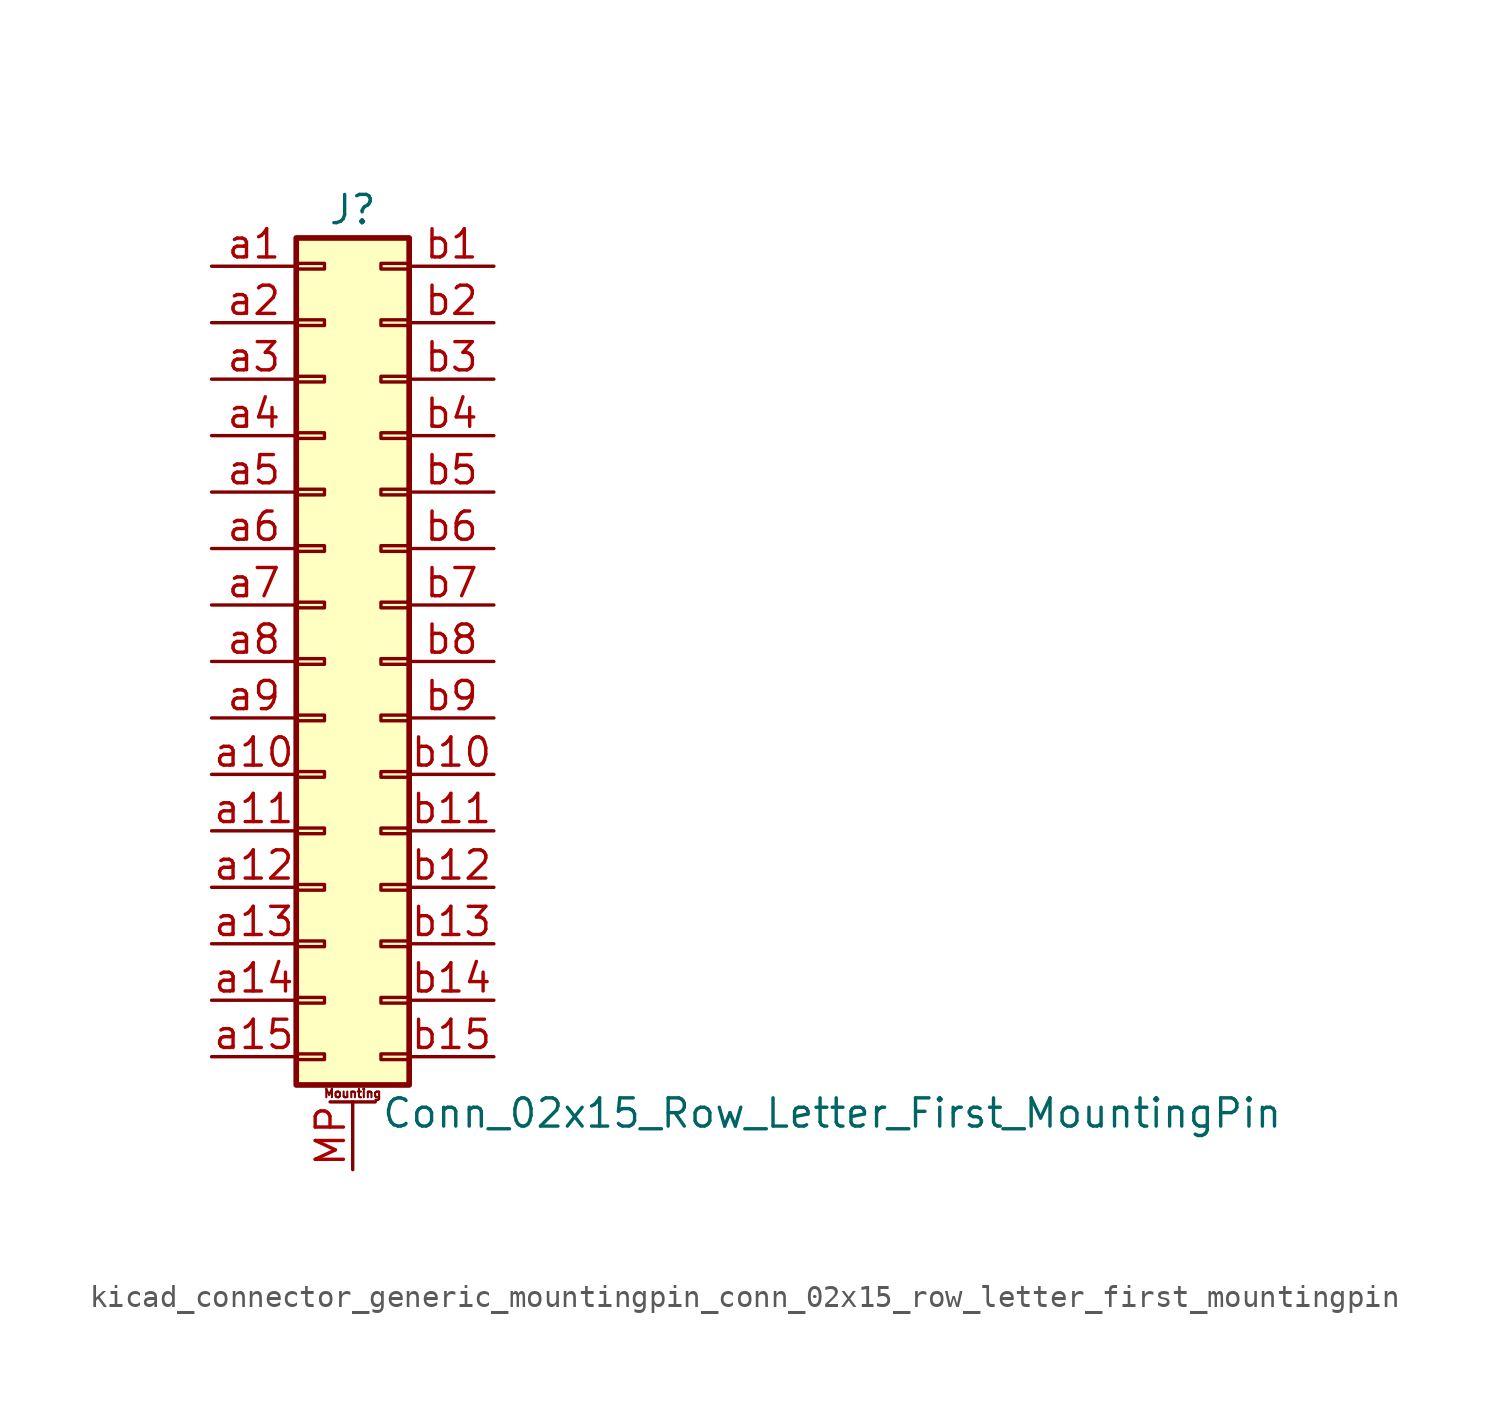
<source format=kicad_sym>
(kicad_symbol_lib
  (version 20220914)
  (generator kicad_symbol_editor)
  (symbol "kicad_connector_generic_mountingpin_conn_02x15_row_letter_first_mountingpin"
    (pin_names
      (offset 1.016) hide)
    (property "Reference" "J"
      (at 1.27 20.32 0)
      (effects (font (size 1.27 1.27))))
    (property "Value" "Conn_02x15_Row_Letter_First_MountingPin"
      (at 2.54 -20.32 0)
      (effects (font (size 1.27 1.27)) (justify left)))
    (symbol "kicad_connector_generic_mountingpin_conn_02x15_row_letter_first_mountingpin_1_1"
      (rectangle (start -1.27 -17.653) (end 0 -17.907) (stroke (width 0.152) (type default)) (fill (type none)))
      (rectangle (start -1.27 -15.113) (end 0 -15.367) (stroke (width 0.152) (type default)) (fill (type none)))
      (rectangle (start -1.27 -12.573) (end 0 -12.827) (stroke (width 0.152) (type default)) (fill (type none)))
      (rectangle (start -1.27 -10.033) (end 0 -10.287) (stroke (width 0.152) (type default)) (fill (type none)))
      (rectangle (start -1.27 -7.493) (end 0 -7.747) (stroke (width 0.152) (type default)) (fill (type none)))
      (rectangle (start -1.27 -4.953) (end 0 -5.207) (stroke (width 0.152) (type default)) (fill (type none)))
      (rectangle (start -1.27 -2.413) (end 0 -2.667) (stroke (width 0.152) (type default)) (fill (type none)))
      (rectangle (start -1.27 0.127) (end 0 -0.127) (stroke (width 0.152) (type default)) (fill (type none)))
      (rectangle (start -1.27 2.667) (end 0 2.413) (stroke (width 0.152) (type default)) (fill (type none)))
      (rectangle (start -1.27 5.207) (end 0 4.953) (stroke (width 0.152) (type default)) (fill (type none)))
      (rectangle (start -1.27 7.747) (end 0 7.493) (stroke (width 0.152) (type default)) (fill (type none)))
      (rectangle (start -1.27 10.287) (end 0 10.033) (stroke (width 0.152) (type default)) (fill (type none)))
      (rectangle (start -1.27 12.827) (end 0 12.573) (stroke (width 0.152) (type default)) (fill (type none)))
      (rectangle (start -1.27 15.367) (end 0 15.113) (stroke (width 0.152) (type default)) (fill (type none)))
      (rectangle (start -1.27 17.907) (end 0 17.653) (stroke (width 0.152) (type default)) (fill (type none)))
      (rectangle (start -1.27 19.05) (end 3.81 -19.05) (stroke (width 0.254) (type default)) (fill (type background)))
      (polyline (pts (xy 0.254 -19.812) (xy 2.286 -19.812)) (stroke (width 0.152) (type default)) (fill (type none)))
      (rectangle (start 3.81 -17.653) (end 2.54 -17.907) (stroke (width 0.152) (type default)) (fill (type none)))
      (rectangle (start 3.81 -15.113) (end 2.54 -15.367) (stroke (width 0.152) (type default)) (fill (type none)))
      (rectangle (start 3.81 -12.573) (end 2.54 -12.827) (stroke (width 0.152) (type default)) (fill (type none)))
      (rectangle (start 3.81 -10.033) (end 2.54 -10.287) (stroke (width 0.152) (type default)) (fill (type none)))
      (rectangle (start 3.81 -7.493) (end 2.54 -7.747) (stroke (width 0.152) (type default)) (fill (type none)))
      (rectangle (start 3.81 -4.953) (end 2.54 -5.207) (stroke (width 0.152) (type default)) (fill (type none)))
      (rectangle (start 3.81 -2.413) (end 2.54 -2.667) (stroke (width 0.152) (type default)) (fill (type none)))
      (rectangle (start 3.81 0.127) (end 2.54 -0.127) (stroke (width 0.152) (type default)) (fill (type none)))
      (rectangle (start 3.81 2.667) (end 2.54 2.413) (stroke (width 0.152) (type default)) (fill (type none)))
      (rectangle (start 3.81 5.207) (end 2.54 4.953) (stroke (width 0.152) (type default)) (fill (type none)))
      (rectangle (start 3.81 7.747) (end 2.54 7.493) (stroke (width 0.152) (type default)) (fill (type none)))
      (rectangle (start 3.81 10.287) (end 2.54 10.033) (stroke (width 0.152) (type default)) (fill (type none)))
      (rectangle (start 3.81 12.827) (end 2.54 12.573) (stroke (width 0.152) (type default)) (fill (type none)))
      (rectangle (start 3.81 15.367) (end 2.54 15.113) (stroke (width 0.152) (type default)) (fill (type none)))
      (rectangle (start 3.81 17.907) (end 2.54 17.653) (stroke (width 0.152) (type default)) (fill (type none)))
      (text "Mounting" (at 1.27 -19.431 0) (effects (font (size 0.381 0.381))))
      (pin passive line (at 1.27 -22.86 90) (length 3.048) (name "MountPin" (effects (font (size 1.27 1.27)))) (number "MP" (effects (font (size 1.27 1.27)))))
      (pin passive line (at -5.08 17.78 0) (length 3.81) (name "Pin_a1" (effects (font (size 1.27 1.27)))) (number "a1" (effects (font (size 1.27 1.27)))))
      (pin passive line (at -5.08 -5.08 0) (length 3.81) (name "Pin_a10" (effects (font (size 1.27 1.27)))) (number "a10" (effects (font (size 1.27 1.27)))))
      (pin passive line (at -5.08 -7.62 0) (length 3.81) (name "Pin_a11" (effects (font (size 1.27 1.27)))) (number "a11" (effects (font (size 1.27 1.27)))))
      (pin passive line (at -5.08 -10.16 0) (length 3.81) (name "Pin_a12" (effects (font (size 1.27 1.27)))) (number "a12" (effects (font (size 1.27 1.27)))))
      (pin passive line (at -5.08 -12.7 0) (length 3.81) (name "Pin_a13" (effects (font (size 1.27 1.27)))) (number "a13" (effects (font (size 1.27 1.27)))))
      (pin passive line (at -5.08 -15.24 0) (length 3.81) (name "Pin_a14" (effects (font (size 1.27 1.27)))) (number "a14" (effects (font (size 1.27 1.27)))))
      (pin passive line (at -5.08 -17.78 0) (length 3.81) (name "Pin_a15" (effects (font (size 1.27 1.27)))) (number "a15" (effects (font (size 1.27 1.27)))))
      (pin passive line (at -5.08 15.24 0) (length 3.81) (name "Pin_a2" (effects (font (size 1.27 1.27)))) (number "a2" (effects (font (size 1.27 1.27)))))
      (pin passive line (at -5.08 12.7 0) (length 3.81) (name "Pin_a3" (effects (font (size 1.27 1.27)))) (number "a3" (effects (font (size 1.27 1.27)))))
      (pin passive line (at -5.08 10.16 0) (length 3.81) (name "Pin_a4" (effects (font (size 1.27 1.27)))) (number "a4" (effects (font (size 1.27 1.27)))))
      (pin passive line (at -5.08 7.62 0) (length 3.81) (name "Pin_a5" (effects (font (size 1.27 1.27)))) (number "a5" (effects (font (size 1.27 1.27)))))
      (pin passive line (at -5.08 5.08 0) (length 3.81) (name "Pin_a6" (effects (font (size 1.27 1.27)))) (number "a6" (effects (font (size 1.27 1.27)))))
      (pin passive line (at -5.08 2.54 0) (length 3.81) (name "Pin_a7" (effects (font (size 1.27 1.27)))) (number "a7" (effects (font (size 1.27 1.27)))))
      (pin passive line (at -5.08 0 0) (length 3.81) (name "Pin_a8" (effects (font (size 1.27 1.27)))) (number "a8" (effects (font (size 1.27 1.27)))))
      (pin passive line (at -5.08 -2.54 0) (length 3.81) (name "Pin_a9" (effects (font (size 1.27 1.27)))) (number "a9" (effects (font (size 1.27 1.27)))))
      (pin passive line (at 7.62 17.78 180) (length 3.81) (name "Pin_b1" (effects (font (size 1.27 1.27)))) (number "b1" (effects (font (size 1.27 1.27)))))
      (pin passive line (at 7.62 -5.08 180) (length 3.81) (name "Pin_b10" (effects (font (size 1.27 1.27)))) (number "b10" (effects (font (size 1.27 1.27)))))
      (pin passive line (at 7.62 -7.62 180) (length 3.81) (name "Pin_b11" (effects (font (size 1.27 1.27)))) (number "b11" (effects (font (size 1.27 1.27)))))
      (pin passive line (at 7.62 -10.16 180) (length 3.81) (name "Pin_b12" (effects (font (size 1.27 1.27)))) (number "b12" (effects (font (size 1.27 1.27)))))
      (pin passive line (at 7.62 -12.7 180) (length 3.81) (name "Pin_b13" (effects (font (size 1.27 1.27)))) (number "b13" (effects (font (size 1.27 1.27)))))
      (pin passive line (at 7.62 -15.24 180) (length 3.81) (name "Pin_b14" (effects (font (size 1.27 1.27)))) (number "b14" (effects (font (size 1.27 1.27)))))
      (pin passive line (at 7.62 -17.78 180) (length 3.81) (name "Pin_b15" (effects (font (size 1.27 1.27)))) (number "b15" (effects (font (size 1.27 1.27)))))
      (pin passive line (at 7.62 15.24 180) (length 3.81) (name "Pin_b2" (effects (font (size 1.27 1.27)))) (number "b2" (effects (font (size 1.27 1.27)))))
      (pin passive line (at 7.62 12.7 180) (length 3.81) (name "Pin_b3" (effects (font (size 1.27 1.27)))) (number "b3" (effects (font (size 1.27 1.27)))))
      (pin passive line (at 7.62 10.16 180) (length 3.81) (name "Pin_b4" (effects (font (size 1.27 1.27)))) (number "b4" (effects (font (size 1.27 1.27)))))
      (pin passive line (at 7.62 7.62 180) (length 3.81) (name "Pin_b5" (effects (font (size 1.27 1.27)))) (number "b5" (effects (font (size 1.27 1.27)))))
      (pin passive line (at 7.62 5.08 180) (length 3.81) (name "Pin_b6" (effects (font (size 1.27 1.27)))) (number "b6" (effects (font (size 1.27 1.27)))))
      (pin passive line (at 7.62 2.54 180) (length 3.81) (name "Pin_b7" (effects (font (size 1.27 1.27)))) (number "b7" (effects (font (size 1.27 1.27)))))
      (pin passive line (at 7.62 0 180) (length 3.81) (name "Pin_b8" (effects (font (size 1.27 1.27)))) (number "b8" (effects (font (size 1.27 1.27)))))
      (pin passive line (at 7.62 -2.54 180) (length 3.81) (name "Pin_b9" (effects (font (size 1.27 1.27)))) (number "b9" (effects (font (size 1.27 1.27))))))))
</source>
